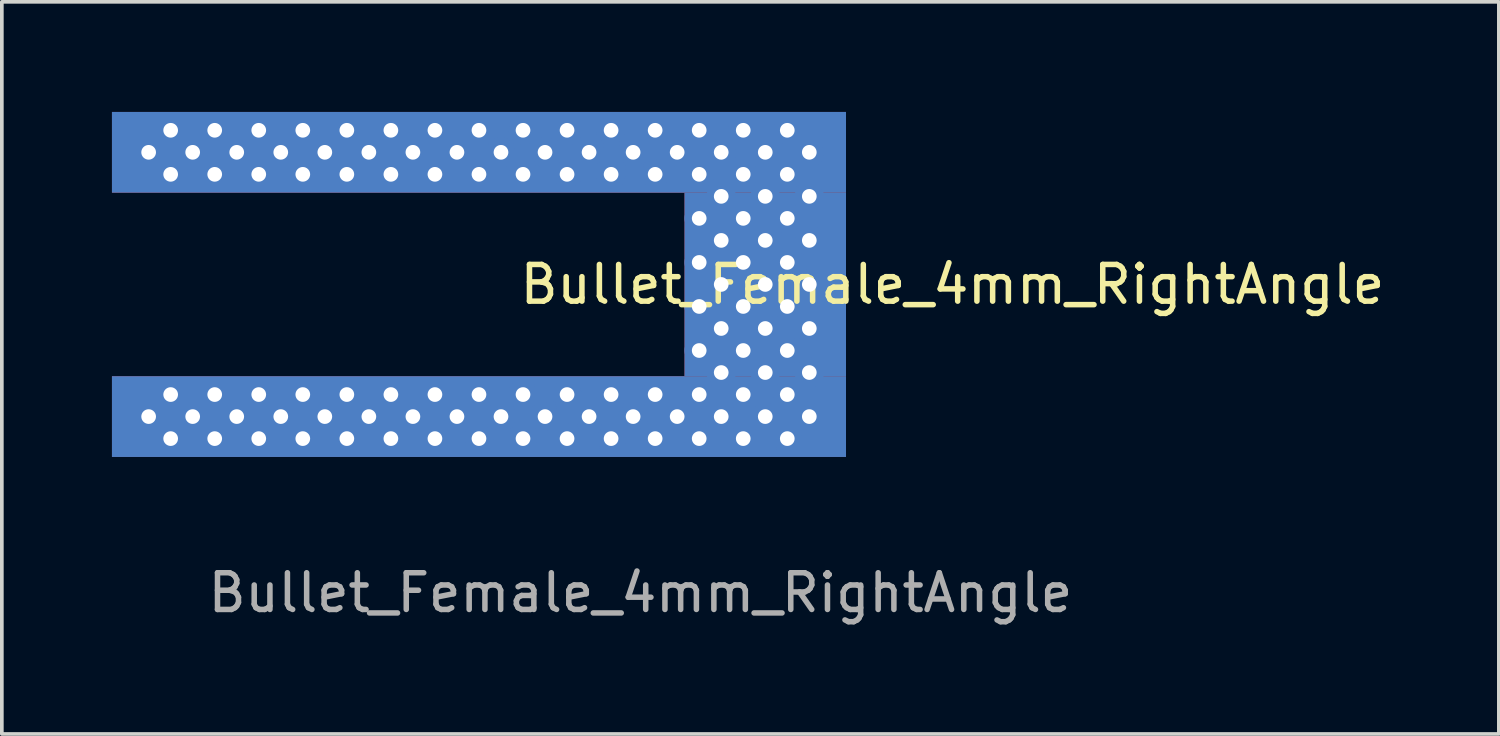
<source format=kicad_pcb>
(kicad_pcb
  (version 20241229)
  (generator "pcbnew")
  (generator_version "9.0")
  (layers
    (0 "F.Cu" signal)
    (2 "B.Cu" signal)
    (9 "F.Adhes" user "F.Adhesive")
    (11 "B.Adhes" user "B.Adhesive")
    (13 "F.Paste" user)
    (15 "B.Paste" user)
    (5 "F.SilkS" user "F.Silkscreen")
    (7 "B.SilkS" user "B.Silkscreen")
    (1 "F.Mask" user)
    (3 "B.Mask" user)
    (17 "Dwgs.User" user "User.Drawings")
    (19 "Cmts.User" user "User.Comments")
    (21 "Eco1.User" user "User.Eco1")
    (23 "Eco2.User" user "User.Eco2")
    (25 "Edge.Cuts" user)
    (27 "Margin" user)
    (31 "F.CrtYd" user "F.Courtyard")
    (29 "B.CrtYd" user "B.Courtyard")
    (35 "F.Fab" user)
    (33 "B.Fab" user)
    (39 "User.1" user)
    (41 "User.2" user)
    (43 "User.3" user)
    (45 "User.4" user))
  (footprint "Bullet_Female_4mm_RightAngle"
    (layer "F.Cu")
    (at 14.4 4.7)
    (property "Reference" "Bullet_Female_4mm_RightAngle" (at 8.5 0 0) (unlocked yes) (layer "F.SilkS") (effects (font (size 1 1) (thickness 0.15))))
    (attr through_hole)
    (fp_text user "${REFERENCE}" (at 0 8.4 0) (unlocked yes) (layer "F.Fab") (effects (font (size 1 1) (thickness 0.15))))
    (pad "1" thru_hole circle (at -13.4 -3.6) (size 0.8 0.8) (drill 0.4) (layers "*.Cu"))
    (pad "1" thru_hole circle (at -13.4 3.6) (size 0.8 0.8) (drill 0.4) (layers "*.Cu"))
    (pad "1" thru_hole circle (at -12.8 -4.2) (size 0.8 0.8) (drill 0.4) (layers "*.Cu"))
    (pad "1" thru_hole circle (at -12.8 -3) (size 0.8 0.8) (drill 0.4) (layers "*.Cu"))
    (pad "1" thru_hole circle (at -12.8 3) (size 0.8 0.8) (drill 0.4) (layers "*.Cu"))
    (pad "1" thru_hole circle (at -12.8 4.2) (size 0.8 0.8) (drill 0.4) (layers "*.Cu"))
    (pad "1" thru_hole circle (at -12.2 -3.6) (size 0.8 0.8) (drill 0.4) (layers "*.Cu"))
    (pad "1" thru_hole circle (at -12.2 3.6) (size 0.8 0.8) (drill 0.4) (layers "*.Cu"))
    (pad "1" thru_hole circle (at -11.6 -4.2) (size 0.8 0.8) (drill 0.4) (layers "*.Cu"))
    (pad "1" thru_hole circle (at -11.6 -3) (size 0.8 0.8) (drill 0.4) (layers "*.Cu"))
    (pad "1" thru_hole circle (at -11.6 3) (size 0.8 0.8) (drill 0.4) (layers "*.Cu"))
    (pad "1" thru_hole circle (at -11.6 4.2) (size 0.8 0.8) (drill 0.4) (layers "*.Cu"))
    (pad "1" thru_hole circle (at -11 -3.6) (size 0.8 0.8) (drill 0.4) (layers "*.Cu"))
    (pad "1" thru_hole circle (at -11 3.6) (size 0.8 0.8) (drill 0.4) (layers "*.Cu"))
    (pad "1" thru_hole circle (at -10.4 -4.2) (size 0.8 0.8) (drill 0.4) (layers "*.Cu"))
    (pad "1" thru_hole circle (at -10.4 -3) (size 0.8 0.8) (drill 0.4) (layers "*.Cu"))
    (pad "1" thru_hole circle (at -10.4 3) (size 0.8 0.8) (drill 0.4) (layers "*.Cu"))
    (pad "1" thru_hole circle (at -10.4 4.2) (size 0.8 0.8) (drill 0.4) (layers "*.Cu"))
    (pad "1" thru_hole circle (at -9.8 -3.6) (size 0.8 0.8) (drill 0.4) (layers "*.Cu"))
    (pad "1" thru_hole circle (at -9.8 3.6) (size 0.8 0.8) (drill 0.4) (layers "*.Cu"))
    (pad "1" thru_hole circle (at -9.2 -4.2) (size 0.8 0.8) (drill 0.4) (layers "*.Cu"))
    (pad "1" thru_hole circle (at -9.2 -3) (size 0.8 0.8) (drill 0.4) (layers "*.Cu"))
    (pad "1" thru_hole circle (at -9.2 3) (size 0.8 0.8) (drill 0.4) (layers "*.Cu"))
    (pad "1" thru_hole circle (at -9.2 4.2) (size 0.8 0.8) (drill 0.4) (layers "*.Cu"))
    (pad "1" thru_hole circle (at -8.6 -3.6) (size 0.8 0.8) (drill 0.4) (layers "*.Cu"))
    (pad "1" thru_hole circle (at -8.6 3.6) (size 0.8 0.8) (drill 0.4) (layers "*.Cu"))
    (pad "1" thru_hole circle (at -8 -4.2) (size 0.8 0.8) (drill 0.4) (layers "*.Cu"))
    (pad "1" thru_hole circle (at -8 -3) (size 0.8 0.8) (drill 0.4) (layers "*.Cu"))
    (pad "1" thru_hole circle (at -8 3) (size 0.8 0.8) (drill 0.4) (layers "*.Cu"))
    (pad "1" thru_hole circle (at -8 4.2) (size 0.8 0.8) (drill 0.4) (layers "*.Cu"))
    (pad "1" thru_hole circle (at -7.4 -3.6) (size 0.8 0.8) (drill 0.4) (layers "*.Cu"))
    (pad "1" thru_hole circle (at -7.4 3.6) (size 0.8 0.8) (drill 0.4) (layers "*.Cu"))
    (pad "1" thru_hole circle (at -6.8 -4.2) (size 0.8 0.8) (drill 0.4) (layers "*.Cu"))
    (pad "1" thru_hole circle (at -6.8 -3) (size 0.8 0.8) (drill 0.4) (layers "*.Cu"))
    (pad "1" thru_hole circle (at -6.8 3) (size 0.8 0.8) (drill 0.4) (layers "*.Cu"))
    (pad "1" thru_hole circle (at -6.8 4.2) (size 0.8 0.8) (drill 0.4) (layers "*.Cu"))
    (pad "1" thru_hole circle (at -6.2 -3.6) (size 0.8 0.8) (drill 0.4) (layers "*.Cu"))
    (pad "1" thru_hole circle (at -6.2 3.6) (size 0.8 0.8) (drill 0.4) (layers "*.Cu"))
    (pad "1" thru_hole circle (at -5.6 -4.2) (size 0.8 0.8) (drill 0.4) (layers "*.Cu"))
    (pad "1" thru_hole circle (at -5.6 -3) (size 0.8 0.8) (drill 0.4) (layers "*.Cu"))
    (pad "1" thru_hole circle (at -5.6 3) (size 0.8 0.8) (drill 0.4) (layers "*.Cu"))
    (pad "1" thru_hole circle (at -5.6 4.2) (size 0.8 0.8) (drill 0.4) (layers "*.Cu"))
    (pad "1" thru_hole circle (at -5 -3.6) (size 0.8 0.8) (drill 0.4) (layers "*.Cu"))
    (pad "1" thru_hole circle (at -5 3.6) (size 0.8 0.8) (drill 0.4) (layers "*.Cu"))
    (pad "1" thru_hole circle (at -4.4 -4.2) (size 0.8 0.8) (drill 0.4) (layers "*.Cu"))
    (pad "1" smd rect (at -4.4 -3.6) (size 20 2.2) (layers "F.Cu" "F.Mask" "F.Paste"))
    (pad "1" smd rect (at -4.4 -3.6) (size 20 2.2) (layers "B.Cu"))
    (pad "1" thru_hole circle (at -4.4 -3) (size 0.8 0.8) (drill 0.4) (layers "*.Cu"))
    (pad "1" thru_hole circle (at -4.4 3) (size 0.8 0.8) (drill 0.4) (layers "*.Cu"))
    (pad "1" smd rect (at -4.4 3.6) (size 20 2.2) (layers "F.Cu" "F.Mask" "F.Paste"))
    (pad "1" smd rect (at -4.4 3.6) (size 20 2.2) (layers "B.Cu"))
    (pad "1" thru_hole circle (at -4.4 4.2) (size 0.8 0.8) (drill 0.4) (layers "*.Cu"))
    (pad "1" thru_hole circle (at -3.8 -3.6) (size 0.8 0.8) (drill 0.4) (layers "*.Cu"))
    (pad "1" thru_hole circle (at -3.8 3.6) (size 0.8 0.8) (drill 0.4) (layers "*.Cu"))
    (pad "1" thru_hole circle (at -3.2 -4.2) (size 0.8 0.8) (drill 0.4) (layers "*.Cu"))
    (pad "1" thru_hole circle (at -3.2 -3) (size 0.8 0.8) (drill 0.4) (layers "*.Cu"))
    (pad "1" thru_hole circle (at -3.2 3) (size 0.8 0.8) (drill 0.4) (layers "*.Cu"))
    (pad "1" thru_hole circle (at -3.2 4.2) (size 0.8 0.8) (drill 0.4) (layers "*.Cu"))
    (pad "1" thru_hole circle (at -2.6 -3.6) (size 0.8 0.8) (drill 0.4) (layers "*.Cu"))
    (pad "1" thru_hole circle (at -2.6 3.6) (size 0.8 0.8) (drill 0.4) (layers "*.Cu"))
    (pad "1" thru_hole circle (at -2 -4.2) (size 0.8 0.8) (drill 0.4) (layers "*.Cu"))
    (pad "1" thru_hole circle (at -2 -3) (size 0.8 0.8) (drill 0.4) (layers "*.Cu"))
    (pad "1" thru_hole circle (at -2 3) (size 0.8 0.8) (drill 0.4) (layers "*.Cu"))
    (pad "1" thru_hole circle (at -2 4.2) (size 0.8 0.8) (drill 0.4) (layers "*.Cu"))
    (pad "1" thru_hole circle (at -1.4 -3.6) (size 0.8 0.8) (drill 0.4) (layers "*.Cu"))
    (pad "1" thru_hole circle (at -1.4 3.6) (size 0.8 0.8) (drill 0.4) (layers "*.Cu"))
    (pad "1" thru_hole circle (at -0.8 -4.2) (size 0.8 0.8) (drill 0.4) (layers "*.Cu"))
    (pad "1" thru_hole circle (at -0.8 -3) (size 0.8 0.8) (drill 0.4) (layers "*.Cu"))
    (pad "1" thru_hole circle (at -0.8 3) (size 0.8 0.8) (drill 0.4) (layers "*.Cu"))
    (pad "1" thru_hole circle (at -0.8 4.2) (size 0.8 0.8) (drill 0.4) (layers "*.Cu"))
    (pad "1" thru_hole circle (at -0.2 -3.6) (size 0.8 0.8) (drill 0.4) (layers "*.Cu"))
    (pad "1" thru_hole circle (at -0.2 3.6) (size 0.8 0.8) (drill 0.4) (layers "*.Cu"))
    (pad "1" thru_hole circle (at 0.4 -4.2) (size 0.8 0.8) (drill 0.4) (layers "*.Cu"))
    (pad "1" thru_hole circle (at 0.4 -3) (size 0.8 0.8) (drill 0.4) (layers "*.Cu"))
    (pad "1" thru_hole circle (at 0.4 3) (size 0.8 0.8) (drill 0.4) (layers "*.Cu"))
    (pad "1" thru_hole circle (at 0.4 4.2) (size 0.8 0.8) (drill 0.4) (layers "*.Cu"))
    (pad "1" thru_hole circle (at 1 -3.6) (size 0.8 0.8) (drill 0.4) (layers "*.Cu"))
    (pad "1" thru_hole circle (at 1 3.6) (size 0.8 0.8) (drill 0.4) (layers "*.Cu"))
    (pad "1" thru_hole circle (at 1.6 -4.2) (size 0.8 0.8) (drill 0.4) (layers "*.Cu"))
    (pad "1" thru_hole circle (at 1.6 -3) (size 0.8 0.8) (drill 0.4) (layers "*.Cu"))
    (pad "1" thru_hole circle (at 1.6 -1.8) (size 0.8 0.8) (drill 0.4) (layers "*.Cu"))
    (pad "1" thru_hole circle (at 1.6 -0.6) (size 0.8 0.8) (drill 0.4) (layers "*.Cu"))
    (pad "1" thru_hole circle (at 1.6 0.6) (size 0.8 0.8) (drill 0.4) (layers "*.Cu"))
    (pad "1" thru_hole circle (at 1.6 1.8) (size 0.8 0.8) (drill 0.4) (layers "*.Cu"))
    (pad "1" thru_hole circle (at 1.6 3) (size 0.8 0.8) (drill 0.4) (layers "*.Cu"))
    (pad "1" thru_hole circle (at 1.6 4.2) (size 0.8 0.8) (drill 0.4) (layers "*.Cu"))
    (pad "1" thru_hole circle (at 2.2 -3.6) (size 0.8 0.8) (drill 0.4) (layers "*.Cu"))
    (pad "1" thru_hole circle (at 2.2 -2.4) (size 0.8 0.8) (drill 0.4) (layers "*.Cu"))
    (pad "1" thru_hole circle (at 2.2 -1.2) (size 0.8 0.8) (drill 0.4) (layers "*.Cu"))
    (pad "1" thru_hole circle (at 2.2 0) (size 0.8 0.8) (drill 0.4) (layers "*.Cu"))
    (pad "1" thru_hole circle (at 2.2 1.2) (size 0.8 0.8) (drill 0.4) (layers "*.Cu"))
    (pad "1" thru_hole circle (at 2.2 2.4) (size 0.8 0.8) (drill 0.4) (layers "*.Cu"))
    (pad "1" thru_hole circle (at 2.2 3.6) (size 0.8 0.8) (drill 0.4) (layers "*.Cu"))
    (pad "1" thru_hole circle (at 2.8 -4.2) (size 0.8 0.8) (drill 0.4) (layers "*.Cu"))
    (pad "1" thru_hole circle (at 2.8 -3) (size 0.8 0.8) (drill 0.4) (layers "*.Cu"))
    (pad "1" thru_hole circle (at 2.8 -1.8) (size 0.8 0.8) (drill 0.4) (layers "*.Cu"))
    (pad "1" thru_hole circle (at 2.8 -0.6) (size 0.8 0.8) (drill 0.4) (layers "*.Cu"))
    (pad "1" thru_hole circle (at 2.8 0.6) (size 0.8 0.8) (drill 0.4) (layers "*.Cu"))
    (pad "1" thru_hole circle (at 2.8 1.8) (size 0.8 0.8) (drill 0.4) (layers "*.Cu"))
    (pad "1" thru_hole circle (at 2.8 3) (size 0.8 0.8) (drill 0.4) (layers "*.Cu"))
    (pad "1" thru_hole circle (at 2.8 4.2) (size 0.8 0.8) (drill 0.4) (layers "*.Cu"))
    (pad "1" thru_hole circle (at 3.4 -3.6) (size 0.8 0.8) (drill 0.4) (layers "*.Cu"))
    (pad "1" thru_hole circle (at 3.4 -2.4) (size 0.8 0.8) (drill 0.4) (layers "*.Cu"))
    (pad "1" thru_hole circle (at 3.4 -1.2) (size 0.8 0.8) (drill 0.4) (layers "*.Cu"))
    (pad "1" thru_hole circle (at 3.4 0) (size 0.8 0.8) (drill 0.4) (layers "*.Cu"))
    (pad "1" smd rect (at 3.4 0) (size 4.4 5) (layers "F.Cu" "F.Mask" "F.Paste"))
    (pad "1" smd rect (at 3.4 0) (size 4.4 5) (layers "B.Cu"))
    (pad "1" thru_hole circle (at 3.4 1.2) (size 0.8 0.8) (drill 0.4) (layers "*.Cu"))
    (pad "1" thru_hole circle (at 3.4 2.4) (size 0.8 0.8) (drill 0.4) (layers "*.Cu"))
    (pad "1" thru_hole circle (at 3.4 3.6) (size 0.8 0.8) (drill 0.4) (layers "*.Cu"))
    (pad "1" thru_hole circle (at 4 -4.2) (size 0.8 0.8) (drill 0.4) (layers "*.Cu"))
    (pad "1" thru_hole circle (at 4 -3) (size 0.8 0.8) (drill 0.4) (layers "*.Cu"))
    (pad "1" thru_hole circle (at 4 -1.8) (size 0.8 0.8) (drill 0.4) (layers "*.Cu"))
    (pad "1" thru_hole circle (at 4 -0.6) (size 0.8 0.8) (drill 0.4) (layers "*.Cu"))
    (pad "1" thru_hole circle (at 4 0.6) (size 0.8 0.8) (drill 0.4) (layers "*.Cu"))
    (pad "1" thru_hole circle (at 4 1.8) (size 0.8 0.8) (drill 0.4) (layers "*.Cu"))
    (pad "1" thru_hole circle (at 4 3) (size 0.8 0.8) (drill 0.4) (layers "*.Cu"))
    (pad "1" thru_hole circle (at 4 4.2) (size 0.8 0.8) (drill 0.4) (layers "*.Cu"))
    (pad "1" thru_hole circle (at 4.6 -3.6) (size 0.8 0.8) (drill 0.4) (layers "*.Cu"))
    (pad "1" thru_hole circle (at 4.6 -2.4) (size 0.8 0.8) (drill 0.4) (layers "*.Cu"))
    (pad "1" thru_hole circle (at 4.6 -1.2) (size 0.8 0.8) (drill 0.4) (layers "*.Cu"))
    (pad "1" thru_hole circle (at 4.6 0) (size 0.8 0.8) (drill 0.4) (layers "*.Cu"))
    (pad "1" thru_hole circle (at 4.6 1.2) (size 0.8 0.8) (drill 0.4) (layers "*.Cu"))
    (pad "1" thru_hole circle (at 4.6 2.4) (size 0.8 0.8) (drill 0.4) (layers "*.Cu"))
    (pad "1" thru_hole circle (at 4.6 3.6) (size 0.8 0.8) (drill 0.4) (layers "*.Cu")))
  (gr_rect
    (start -3 -3)
    (end 37.787 16.948)
    (stroke (width 0.1) (type default))
    (fill no)
    (layer "Edge.Cuts")))
</source>
